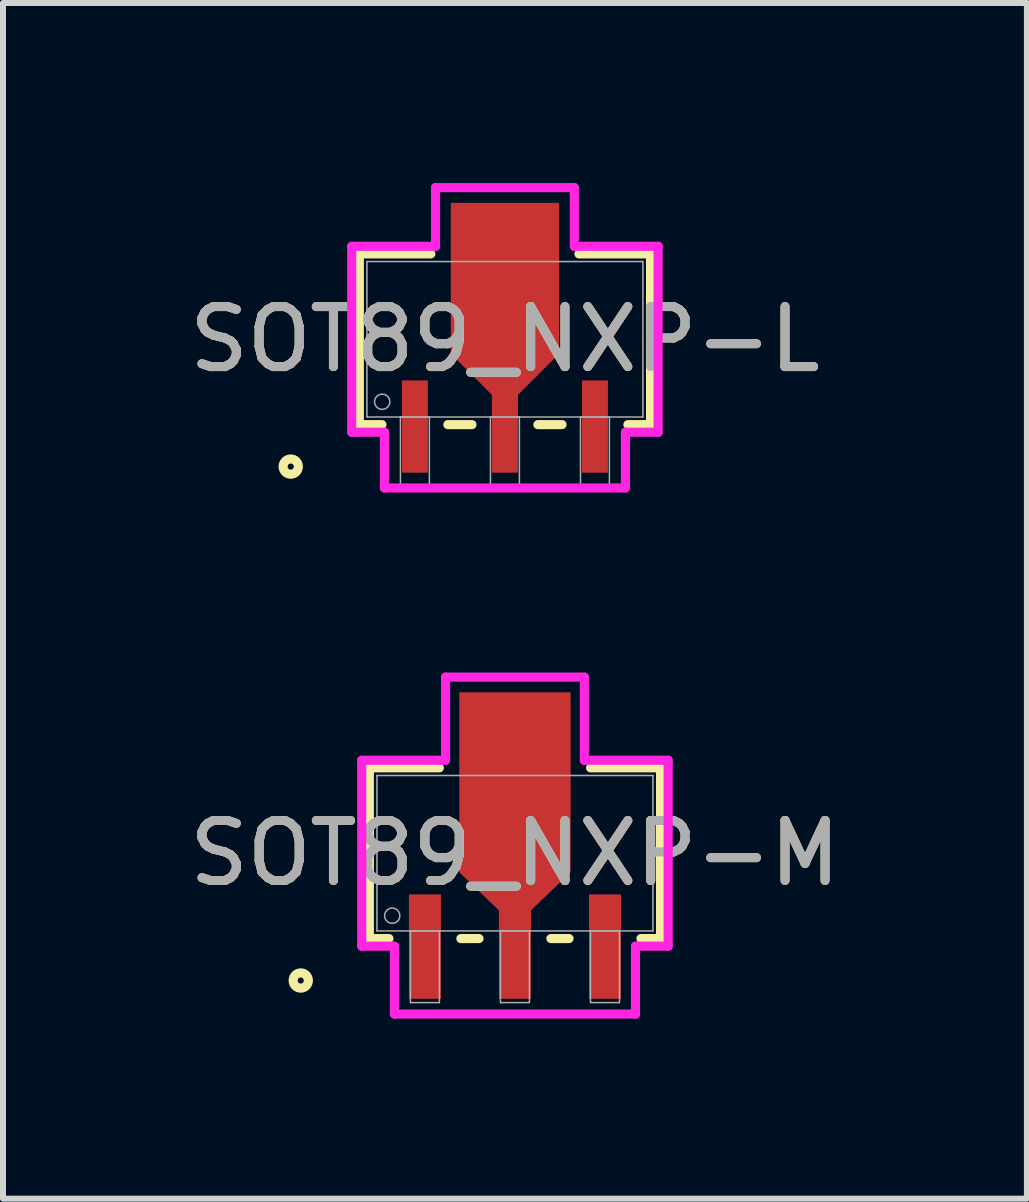
<source format=kicad_pcb>
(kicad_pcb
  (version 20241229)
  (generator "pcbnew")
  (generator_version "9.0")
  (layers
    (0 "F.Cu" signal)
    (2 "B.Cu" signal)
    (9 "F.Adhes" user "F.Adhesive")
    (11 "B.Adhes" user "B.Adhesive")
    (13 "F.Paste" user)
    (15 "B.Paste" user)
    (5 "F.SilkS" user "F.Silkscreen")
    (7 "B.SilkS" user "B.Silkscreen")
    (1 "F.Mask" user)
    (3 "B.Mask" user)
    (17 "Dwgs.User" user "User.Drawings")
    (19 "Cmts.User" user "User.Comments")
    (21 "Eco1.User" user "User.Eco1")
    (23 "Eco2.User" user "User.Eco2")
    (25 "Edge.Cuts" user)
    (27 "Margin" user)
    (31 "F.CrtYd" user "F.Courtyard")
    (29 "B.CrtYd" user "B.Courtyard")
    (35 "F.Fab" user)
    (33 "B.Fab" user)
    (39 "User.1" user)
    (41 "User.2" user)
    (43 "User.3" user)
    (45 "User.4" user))
  (footprint "SOT89_NXP-L"
    (layer "F.Cu")
    (at 5.363 2.603)
    (property "Reference" "SOT89_NXP-L" (at 0 0 0) (unlocked yes) (layer "F.SilkS") (effects (font (size 1 1) (thickness 0.15))))
    (attr smd)
    (fp_poly (pts (xy -0.216 1.295) (xy -0.216 0.927) (xy -0.902 0.241) (xy -0.902 -2.273) (xy -0.451 -2.273) (xy 0.451 -2.273) (xy 0.902 -2.273) (xy 0.902 0.241) (xy 0.216 0.927) (xy 0.216 1.295)) (stroke (width 0) (type solid)) (fill yes) (layer "F.Cu"))
    (fp_poly (pts (xy -0.216 1.295) (xy -0.216 0.927) (xy -0.902 0.241) (xy -0.902 -2.273) (xy 0.902 -2.273) (xy 0.902 0.241) (xy 0.216 0.927) (xy 0.216 1.295)) (stroke (width 0) (type solid)) (fill yes) (layer "F.Mask"))
    (fp_line (start -2.426 -1.422) (end -2.426 1.422) (stroke (width 0.152) (type solid)) (layer "F.SilkS"))
    (fp_line (start -2.426 1.422) (end -2.049 1.422) (stroke (width 0.152) (type solid)) (layer "F.SilkS"))
    (fp_line (start -1.234 -1.422) (end -2.426 -1.422) (stroke (width 0.152) (type solid)) (layer "F.SilkS"))
    (fp_line (start -0.951 1.422) (end -0.549 1.422) (stroke (width 0.152) (type solid)) (layer "F.SilkS"))
    (fp_line (start 0.549 1.422) (end 0.951 1.422) (stroke (width 0.152) (type solid)) (layer "F.SilkS"))
    (fp_line (start 2.049 1.422) (end 2.426 1.422) (stroke (width 0.152) (type solid)) (layer "F.SilkS"))
    (fp_line (start 2.426 -1.422) (end 1.234 -1.422) (stroke (width 0.152) (type solid)) (layer "F.SilkS"))
    (fp_line (start 2.426 1.422) (end 2.426 -1.422) (stroke (width 0.152) (type solid)) (layer "F.SilkS"))
    (fp_circle (center -3.569 2.121) (end -3.442 2.121) (stroke (width 0.152) (type solid)) (fill no) (layer "F.SilkS"))
    (fp_poly (pts (xy -0.216 1.295) (xy -0.216 0.927) (xy -0.902 0.241) (xy -0.902 -2.273) (xy 0.902 -2.273) (xy 0.902 0.241) (xy 0.216 0.927) (xy 0.216 1.295)) (stroke (width 0) (type solid)) (fill yes) (layer "F.Paste"))
    (fp_line (start -2.553 -1.549) (end -1.156 -1.549) (stroke (width 0.152) (type solid)) (layer "F.CrtYd"))
    (fp_line (start -2.553 1.549) (end -2.553 -1.549) (stroke (width 0.152) (type solid)) (layer "F.CrtYd"))
    (fp_line (start -2.008 1.549) (end -2.553 1.549) (stroke (width 0.152) (type solid)) (layer "F.CrtYd"))
    (fp_line (start -2.008 2.477) (end -2.008 1.549) (stroke (width 0.152) (type solid)) (layer "F.CrtYd"))
    (fp_line (start -1.156 -2.527) (end 1.156 -2.527) (stroke (width 0.152) (type solid)) (layer "F.CrtYd"))
    (fp_line (start -1.156 -1.549) (end -1.156 -2.527) (stroke (width 0.152) (type solid)) (layer "F.CrtYd"))
    (fp_line (start 1.156 -2.527) (end 1.156 -1.549) (stroke (width 0.152) (type solid)) (layer "F.CrtYd"))
    (fp_line (start 1.156 -1.549) (end 2.553 -1.549) (stroke (width 0.152) (type solid)) (layer "F.CrtYd"))
    (fp_line (start 2.008 1.549) (end 2.008 2.477) (stroke (width 0.152) (type solid)) (layer "F.CrtYd"))
    (fp_line (start 2.008 2.477) (end -2.008 2.477) (stroke (width 0.152) (type solid)) (layer "F.CrtYd"))
    (fp_line (start 2.553 -1.549) (end 2.553 1.549) (stroke (width 0.152) (type solid)) (layer "F.CrtYd"))
    (fp_line (start 2.553 1.549) (end 2.008 1.549) (stroke (width 0.152) (type solid)) (layer "F.CrtYd"))
    (fp_line (start -2.299 -1.295) (end -2.299 1.295) (stroke (width 0.025) (type solid)) (layer "F.Fab"))
    (fp_line (start -2.299 1.295) (end 2.299 1.295) (stroke (width 0.025) (type solid)) (layer "F.Fab"))
    (fp_line (start -1.741 1.295) (end -1.741 2.489) (stroke (width 0.025) (type solid)) (layer "F.Fab"))
    (fp_line (start -1.741 2.489) (end -1.259 2.489) (stroke (width 0.025) (type solid)) (layer "F.Fab"))
    (fp_line (start -1.259 1.295) (end -1.741 1.295) (stroke (width 0.025) (type solid)) (layer "F.Fab"))
    (fp_line (start -1.259 2.489) (end -1.259 1.295) (stroke (width 0.025) (type solid)) (layer "F.Fab"))
    (fp_line (start -0.241 1.295) (end -0.241 2.489) (stroke (width 0.025) (type solid)) (layer "F.Fab"))
    (fp_line (start -0.241 2.489) (end 0.241 2.489) (stroke (width 0.025) (type solid)) (layer "F.Fab"))
    (fp_line (start 0.241 1.295) (end -0.241 1.295) (stroke (width 0.025) (type solid)) (layer "F.Fab"))
    (fp_line (start 0.241 2.489) (end 0.241 1.295) (stroke (width 0.025) (type solid)) (layer "F.Fab"))
    (fp_line (start 1.259 1.295) (end 1.259 2.489) (stroke (width 0.025) (type solid)) (layer "F.Fab"))
    (fp_line (start 1.259 2.489) (end 1.741 2.489) (stroke (width 0.025) (type solid)) (layer "F.Fab"))
    (fp_line (start 1.741 1.295) (end 1.259 1.295) (stroke (width 0.025) (type solid)) (layer "F.Fab"))
    (fp_line (start 1.741 2.489) (end 1.741 1.295) (stroke (width 0.025) (type solid)) (layer "F.Fab"))
    (fp_line (start 2.299 -1.295) (end -2.299 -1.295) (stroke (width 0.025) (type solid)) (layer "F.Fab"))
    (fp_line (start 2.299 1.295) (end 2.299 -1.295) (stroke (width 0.025) (type solid)) (layer "F.Fab"))
    (fp_circle (center -2.045 1.041) (end -1.918 1.041) (stroke (width 0.025) (type solid)) (fill no) (layer "F.Fab"))
    (fp_text user "${REFERENCE}" (at 0 0 0) (unlocked yes) (layer "F.Fab") (effects (font (size 1 1) (thickness 0.15))))
    (pad "1" smd rect (at -1.5 1.454) (size 0.432 1.537) (layers "F.Cu" "F.Mask" "F.Paste"))
    (pad "2" smd rect (at 0 1.454) (size 0.432 1.537) (layers "F.Cu" "F.Mask" "F.Paste"))
    (pad "3" smd rect (at 1.5 1.454) (size 0.432 1.537) (layers "F.Cu" "F.Mask" "F.Paste")))
  (footprint "SOT89_NXP-M"
    (layer "F.Cu")
    (at 5.53 11.166)
    (property "Reference" "SOT89_NXP-M" (at 0 0 0) (unlocked yes) (layer "F.SilkS") (effects (font (size 1 1) (thickness 0.15))))
    (attr smd)
    (fp_poly (pts (xy -0.267 1.295) (xy -0.267 0.953) (xy -0.927 0.318) (xy -0.927 -2.68) (xy -0.476 -2.68) (xy 0.476 -2.68) (xy 0.927 -2.68) (xy 0.927 0.318) (xy 0.267 0.953) (xy 0.267 1.295)) (stroke (width 0) (type solid)) (fill yes) (layer "F.Cu"))
    (fp_poly (pts (xy -0.267 1.295) (xy -0.267 0.953) (xy -0.927 0.318) (xy -0.927 -2.68) (xy 0.927 -2.68) (xy 0.927 0.318) (xy 0.267 0.953) (xy 0.267 1.295)) (stroke (width 0) (type solid)) (fill yes) (layer "F.Mask"))
    (fp_line (start -2.426 -1.422) (end -2.426 1.422) (stroke (width 0.152) (type solid)) (layer "F.SilkS"))
    (fp_line (start -2.426 1.422) (end -2.099 1.422) (stroke (width 0.152) (type solid)) (layer "F.SilkS"))
    (fp_line (start -1.26 -1.422) (end -2.426 -1.422) (stroke (width 0.152) (type solid)) (layer "F.SilkS"))
    (fp_line (start -0.901 1.422) (end -0.599 1.422) (stroke (width 0.152) (type solid)) (layer "F.SilkS"))
    (fp_line (start 0.599 1.422) (end 0.901 1.422) (stroke (width 0.152) (type solid)) (layer "F.SilkS"))
    (fp_line (start 2.099 1.422) (end 2.426 1.422) (stroke (width 0.152) (type solid)) (layer "F.SilkS"))
    (fp_line (start 2.426 -1.422) (end 1.26 -1.422) (stroke (width 0.152) (type solid)) (layer "F.SilkS"))
    (fp_line (start 2.426 1.422) (end 2.426 -1.422) (stroke (width 0.152) (type solid)) (layer "F.SilkS"))
    (fp_circle (center -3.569 2.121) (end -3.442 2.121) (stroke (width 0.152) (type solid)) (fill no) (layer "F.SilkS"))
    (fp_poly (pts (xy -0.267 1.295) (xy -0.267 0.953) (xy -0.927 0.318) (xy -0.927 -2.68) (xy 0.927 -2.68) (xy 0.927 0.318) (xy 0.267 0.953) (xy 0.267 1.295)) (stroke (width 0) (type solid)) (fill yes) (layer "F.Paste"))
    (fp_line (start -2.553 -1.549) (end -1.156 -1.549) (stroke (width 0.152) (type solid)) (layer "F.CrtYd"))
    (fp_line (start -2.553 1.549) (end -2.553 -1.549) (stroke (width 0.152) (type solid)) (layer "F.CrtYd"))
    (fp_line (start -2.008 1.549) (end -2.553 1.549) (stroke (width 0.152) (type solid)) (layer "F.CrtYd"))
    (fp_line (start -2.008 2.68) (end -2.008 1.549) (stroke (width 0.152) (type solid)) (layer "F.CrtYd"))
    (fp_line (start -1.156 -2.934) (end 1.156 -2.934) (stroke (width 0.152) (type solid)) (layer "F.CrtYd"))
    (fp_line (start -1.156 -1.549) (end -1.156 -2.934) (stroke (width 0.152) (type solid)) (layer "F.CrtYd"))
    (fp_line (start 1.156 -2.934) (end 1.156 -1.549) (stroke (width 0.152) (type solid)) (layer "F.CrtYd"))
    (fp_line (start 1.156 -1.549) (end 2.553 -1.549) (stroke (width 0.152) (type solid)) (layer "F.CrtYd"))
    (fp_line (start 2.008 1.549) (end 2.008 2.68) (stroke (width 0.152) (type solid)) (layer "F.CrtYd"))
    (fp_line (start 2.008 2.68) (end -2.008 2.68) (stroke (width 0.152) (type solid)) (layer "F.CrtYd"))
    (fp_line (start 2.553 -1.549) (end 2.553 1.549) (stroke (width 0.152) (type solid)) (layer "F.CrtYd"))
    (fp_line (start 2.553 1.549) (end 2.008 1.549) (stroke (width 0.152) (type solid)) (layer "F.CrtYd"))
    (fp_line (start -2.299 -1.295) (end -2.299 1.295) (stroke (width 0.025) (type solid)) (layer "F.Fab"))
    (fp_line (start -2.299 1.295) (end 2.299 1.295) (stroke (width 0.025) (type solid)) (layer "F.Fab"))
    (fp_line (start -1.741 1.295) (end -1.741 2.489) (stroke (width 0.025) (type solid)) (layer "F.Fab"))
    (fp_line (start -1.741 2.489) (end -1.259 2.489) (stroke (width 0.025) (type solid)) (layer "F.Fab"))
    (fp_line (start -1.259 1.295) (end -1.741 1.295) (stroke (width 0.025) (type solid)) (layer "F.Fab"))
    (fp_line (start -1.259 2.489) (end -1.259 1.295) (stroke (width 0.025) (type solid)) (layer "F.Fab"))
    (fp_line (start -0.241 1.295) (end -0.241 2.489) (stroke (width 0.025) (type solid)) (layer "F.Fab"))
    (fp_line (start -0.241 2.489) (end 0.241 2.489) (stroke (width 0.025) (type solid)) (layer "F.Fab"))
    (fp_line (start 0.241 1.295) (end -0.241 1.295) (stroke (width 0.025) (type solid)) (layer "F.Fab"))
    (fp_line (start 0.241 2.489) (end 0.241 1.295) (stroke (width 0.025) (type solid)) (layer "F.Fab"))
    (fp_line (start 1.259 1.295) (end 1.259 2.489) (stroke (width 0.025) (type solid)) (layer "F.Fab"))
    (fp_line (start 1.259 2.489) (end 1.741 2.489) (stroke (width 0.025) (type solid)) (layer "F.Fab"))
    (fp_line (start 1.741 1.295) (end 1.259 1.295) (stroke (width 0.025) (type solid)) (layer "F.Fab"))
    (fp_line (start 1.741 2.489) (end 1.741 1.295) (stroke (width 0.025) (type solid)) (layer "F.Fab"))
    (fp_line (start 2.299 -1.295) (end -2.299 -1.295) (stroke (width 0.025) (type solid)) (layer "F.Fab"))
    (fp_line (start 2.299 1.295) (end 2.299 -1.295) (stroke (width 0.025) (type solid)) (layer "F.Fab"))
    (fp_circle (center -2.045 1.041) (end -1.918 1.041) (stroke (width 0.025) (type solid)) (fill no) (layer "F.Fab"))
    (fp_text user "${REFERENCE}" (at 0 0 0) (unlocked yes) (layer "F.Fab") (effects (font (size 1 1) (thickness 0.15))))
    (pad "1" smd rect (at -1.5 1.556) (size 0.533 1.74) (layers "F.Cu" "F.Mask" "F.Paste"))
    (pad "2" smd rect (at 0 1.556) (size 0.533 1.74) (layers "F.Cu" "F.Mask" "F.Paste"))
    (pad "3" smd rect (at 1.5 1.556) (size 0.533 1.74) (layers "F.Cu" "F.Mask" "F.Paste")))
  (gr_rect
    (start -3 -3)
    (end 14.06 16.922)
    (stroke (width 0.1) (type default))
    (fill no)
    (layer "Edge.Cuts")))
</source>
